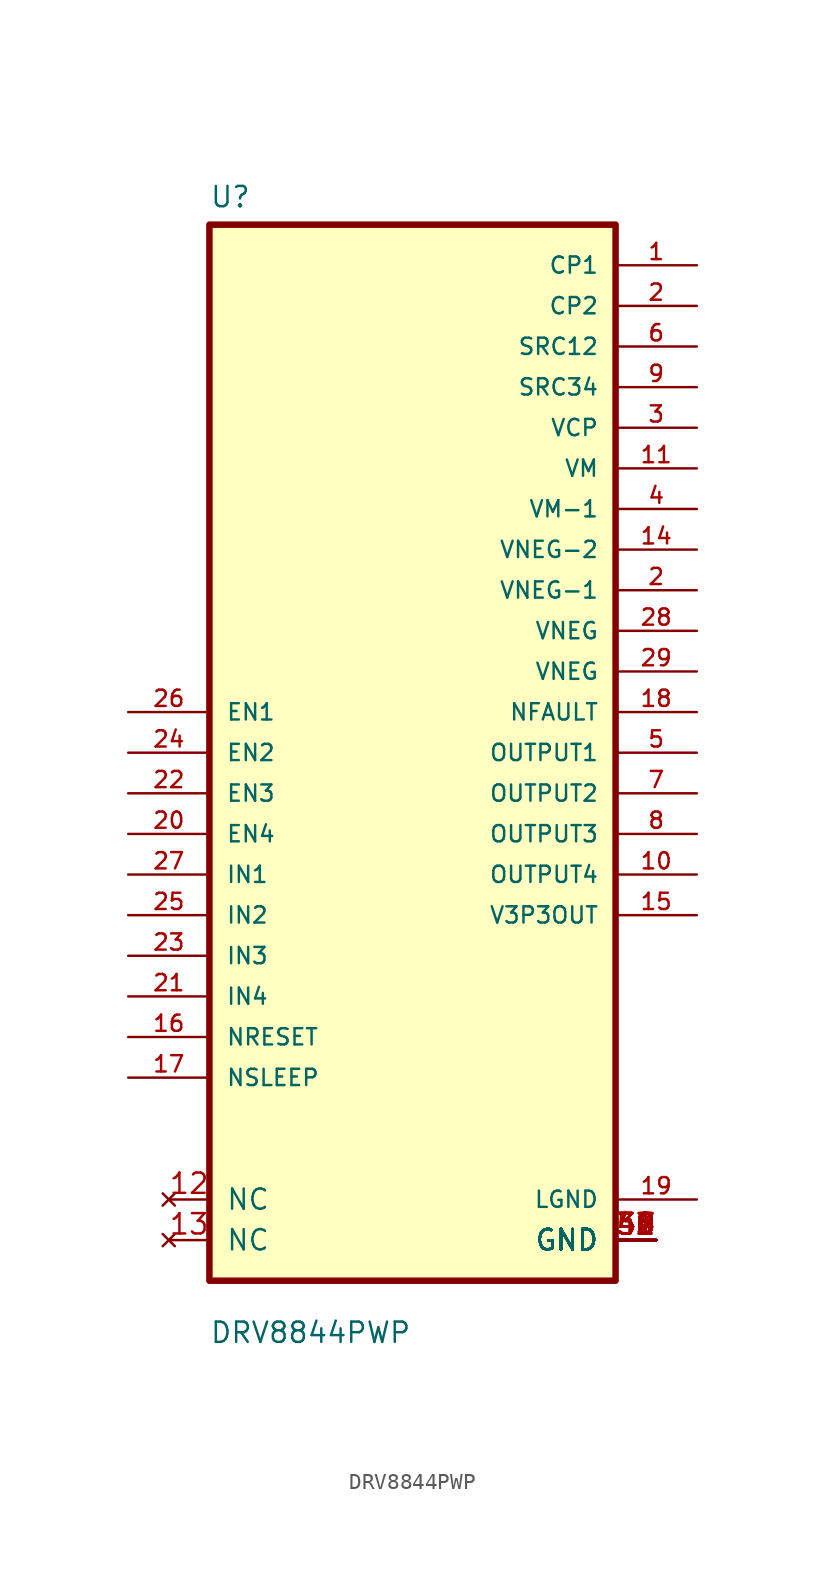
<source format=kicad_sym>
(kicad_symbol_lib
  (version 20211014)
  (generator kicad_symbol_editor)
  (symbol "DRV8844PWP"
    (pin_names
      (offset 1.016))
    (property "Reference" "U"
      (at -12.7 34.011 0)
      (effects (font (size 1.27 1.27)) (justify left bottom)))
    (property "Value" "DRV8844PWP"
      (at -12.7 -37.008 0)
      (effects (font (size 1.27 1.27)) (justify left bottom)))
    (property "ki_locked" ""
      (at 0 0 0)
      (effects (font (size 1.27 1.27))))
    (symbol "DRV8844PWP_0_0"
      (rectangle (start -12.7 -33.02) (end 12.7 33.02) (stroke (width 0.406) (type default) (color 0 0 0 0)) (fill (type background)))
      (pin power_in line (at 17.78 30.48 180) (length 5.08) (name "CP1" (effects (font (size 1.016 1.016)))) (number "1" (effects (font (size 1.016 1.016)))))
      (pin output line (at 17.78 -7.62 180) (length 5.08) (name "OUTPUT4" (effects (font (size 1.016 1.016)))) (number "10" (effects (font (size 1.016 1.016)))))
      (pin power_in line (at 17.78 17.78 180) (length 5.08) (name "VM" (effects (font (size 1.016 1.016)))) (number "11" (effects (font (size 1.016 1.016)))))
      (pin power_in line (at 17.78 12.7 180) (length 5.08) (name "VNEG-2" (effects (font (size 1.016 1.016)))) (number "14" (effects (font (size 1.016 1.016)))))
      (pin output line (at 17.78 -10.16 180) (length 5.08) (name "V3P3OUT" (effects (font (size 1.016 1.016)))) (number "15" (effects (font (size 1.016 1.016)))))
      (pin input line (at -17.78 -17.78 0) (length 5.08) (name "NRESET" (effects (font (size 1.016 1.016)))) (number "16" (effects (font (size 1.016 1.016)))))
      (pin input line (at -17.78 -20.32 0) (length 5.08) (name "NSLEEP" (effects (font (size 1.016 1.016)))) (number "17" (effects (font (size 1.016 1.016)))))
      (pin output line (at 17.78 2.54 180) (length 5.08) (name "NFAULT" (effects (font (size 1.016 1.016)))) (number "18" (effects (font (size 1.016 1.016)))))
      (pin power_in line (at 17.78 -27.94 180) (length 5.08) (name "LGND" (effects (font (size 1.016 1.016)))) (number "19" (effects (font (size 1.016 1.016)))))
      (pin power_in line (at 17.78 27.94 180) (length 5.08) (name "CP2" (effects (font (size 1.016 1.016)))) (number "2" (effects (font (size 1.016 1.016)))))
      (pin power_in line (at 17.78 10.16 180) (length 5.08) (name "VNEG-1" (effects (font (size 1.016 1.016)))) (number "2" (effects (font (size 1.016 1.016)))))
      (pin input line (at -17.78 -5.08 0) (length 5.08) (name "EN4" (effects (font (size 1.016 1.016)))) (number "20" (effects (font (size 1.016 1.016)))))
      (pin input line (at -17.78 -15.24 0) (length 5.08) (name "IN4" (effects (font (size 1.016 1.016)))) (number "21" (effects (font (size 1.016 1.016)))))
      (pin input line (at -17.78 -2.54 0) (length 5.08) (name "EN3" (effects (font (size 1.016 1.016)))) (number "22" (effects (font (size 1.016 1.016)))))
      (pin input line (at -17.78 -12.7 0) (length 5.08) (name "IN3" (effects (font (size 1.016 1.016)))) (number "23" (effects (font (size 1.016 1.016)))))
      (pin input line (at -17.78 0 0) (length 5.08) (name "EN2" (effects (font (size 1.016 1.016)))) (number "24" (effects (font (size 1.016 1.016)))))
      (pin input line (at -17.78 -10.16 0) (length 5.08) (name "IN2" (effects (font (size 1.016 1.016)))) (number "25" (effects (font (size 1.016 1.016)))))
      (pin input line (at -17.78 2.54 0) (length 5.08) (name "EN1" (effects (font (size 1.016 1.016)))) (number "26" (effects (font (size 1.016 1.016)))))
      (pin input line (at -17.78 -7.62 0) (length 5.08) (name "IN1" (effects (font (size 1.016 1.016)))) (number "27" (effects (font (size 1.016 1.016)))))
      (pin power_in line (at 17.78 7.62 180) (length 5.08) (name "VNEG" (effects (font (size 1.016 1.016)))) (number "28" (effects (font (size 1.016 1.016)))))
      (pin power_in line (at 17.78 5.08 180) (length 5.08) (name "VNEG" (effects (font (size 1.016 1.016)))) (number "29" (effects (font (size 1.016 1.016)))))
      (pin power_in line (at 17.78 20.32 180) (length 5.08) (name "VCP" (effects (font (size 1.016 1.016)))) (number "3" (effects (font (size 1.016 1.016)))))
      (pin power_in line (at 17.78 15.24 180) (length 5.08) (name "VM-1" (effects (font (size 1.016 1.016)))) (number "4" (effects (font (size 1.016 1.016)))))
      (pin output line (at 17.78 0 180) (length 5.08) (name "OUTPUT1" (effects (font (size 1.016 1.016)))) (number "5" (effects (font (size 1.016 1.016)))))
      (pin power_in line (at 17.78 25.4 180) (length 5.08) (name "SRC12" (effects (font (size 1.016 1.016)))) (number "6" (effects (font (size 1.016 1.016)))))
      (pin output line (at 17.78 -2.54 180) (length 5.08) (name "OUTPUT2" (effects (font (size 1.016 1.016)))) (number "7" (effects (font (size 1.016 1.016)))))
      (pin output line (at 17.78 -5.08 180) (length 5.08) (name "OUTPUT3" (effects (font (size 1.016 1.016)))) (number "8" (effects (font (size 1.016 1.016)))))
      (pin power_in line (at 17.78 22.86 180) (length 5.08) (name "SRC34" (effects (font (size 1.016 1.016)))) (number "9" (effects (font (size 1.016 1.016))))))
    (symbol "DRV8844PWP_1_1"
      (pin no_connect line (at -15.24 -27.94 0) (length 2.54) (name "NC" (effects (font (size 1.27 1.27)))) (number "12" (effects (font (size 1.27 1.27)))))
      (pin no_connect line (at -15.24 -30.48 0) (length 2.54) (name "NC" (effects (font (size 1.27 1.27)))) (number "13" (effects (font (size 1.27 1.27)))))
      (pin power_out line (at 15.24 -30.48 180) (length 2.54) (name "GND" (effects (font (size 1.27 1.27)))) (number "30" (effects (font (size 1.27 1.27)))))
      (pin power_out line (at 15.24 -30.48 180) (length 2.54) (name "GND" (effects (font (size 1.27 1.27)))) (number "31" (effects (font (size 1.27 1.27)))))
      (pin power_out line (at 15.24 -30.48 180) (length 2.54) (name "GND" (effects (font (size 1.27 1.27)))) (number "32" (effects (font (size 1.27 1.27)))))
      (pin power_out line (at 15.24 -30.48 180) (length 2.54) (name "GND" (effects (font (size 1.27 1.27)))) (number "33" (effects (font (size 1.27 1.27)))))
      (pin power_out line (at 15.24 -30.48 180) (length 2.54) (name "GND" (effects (font (size 1.27 1.27)))) (number "34" (effects (font (size 1.27 1.27)))))
      (pin power_out line (at 15.24 -30.48 180) (length 2.54) (name "GND" (effects (font (size 1.27 1.27)))) (number "35" (effects (font (size 1.27 1.27)))))
      (pin power_out line (at 15.24 -30.48 180) (length 2.54) (name "GND" (effects (font (size 1.27 1.27)))) (number "36" (effects (font (size 1.27 1.27)))))
      (pin power_out line (at 15.24 -30.48 180) (length 2.54) (name "GND" (effects (font (size 1.27 1.27)))) (number "37" (effects (font (size 1.27 1.27)))))
      (pin power_out line (at 15.24 -30.48 180) (length 2.54) (name "GND" (effects (font (size 1.27 1.27)))) (number "38" (effects (font (size 1.27 1.27)))))
      (pin power_out line (at 15.24 -30.48 180) (length 2.54) (name "GND" (effects (font (size 1.27 1.27)))) (number "39" (effects (font (size 1.27 1.27)))))
      (pin power_out line (at 15.24 -30.48 180) (length 2.54) (name "GND" (effects (font (size 1.27 1.27)))) (number "40" (effects (font (size 1.27 1.27)))))
      (pin power_out line (at 15.24 -30.48 180) (length 2.54) (name "GND" (effects (font (size 1.27 1.27)))) (number "41" (effects (font (size 1.27 1.27)))))
      (pin power_out line (at 15.24 -30.48 180) (length 2.54) (name "GND" (effects (font (size 1.27 1.27)))) (number "42" (effects (font (size 1.27 1.27)))))
      (pin power_out line (at 15.24 -30.48 180) (length 2.54) (name "GND" (effects (font (size 1.27 1.27)))) (number "43" (effects (font (size 1.27 1.27)))))
      (pin power_out line (at 15.24 -30.48 180) (length 2.54) (name "GND" (effects (font (size 1.27 1.27)))) (number "44" (effects (font (size 1.27 1.27)))))
      (pin power_out line (at 15.24 -30.48 180) (length 2.54) (name "GND" (effects (font (size 1.27 1.27)))) (number "45" (effects (font (size 1.27 1.27)))))
      (pin power_out line (at 15.24 -30.48 180) (length 2.54) (name "GND" (effects (font (size 1.27 1.27)))) (number "46" (effects (font (size 1.27 1.27)))))
      (pin power_out line (at 15.24 -30.48 180) (length 2.54) (name "GND" (effects (font (size 1.27 1.27)))) (number "47" (effects (font (size 1.27 1.27)))))
      (pin power_out line (at 15.24 -30.48 180) (length 2.54) (name "GND" (effects (font (size 1.27 1.27)))) (number "48" (effects (font (size 1.27 1.27)))))
      (pin power_out line (at 15.24 -30.48 180) (length 2.54) (name "GND" (effects (font (size 1.27 1.27)))) (number "49" (effects (font (size 1.27 1.27)))))
      (pin power_out line (at 15.24 -30.48 180) (length 2.54) (name "GND" (effects (font (size 1.27 1.27)))) (number "50" (effects (font (size 1.27 1.27))))))))
</source>
